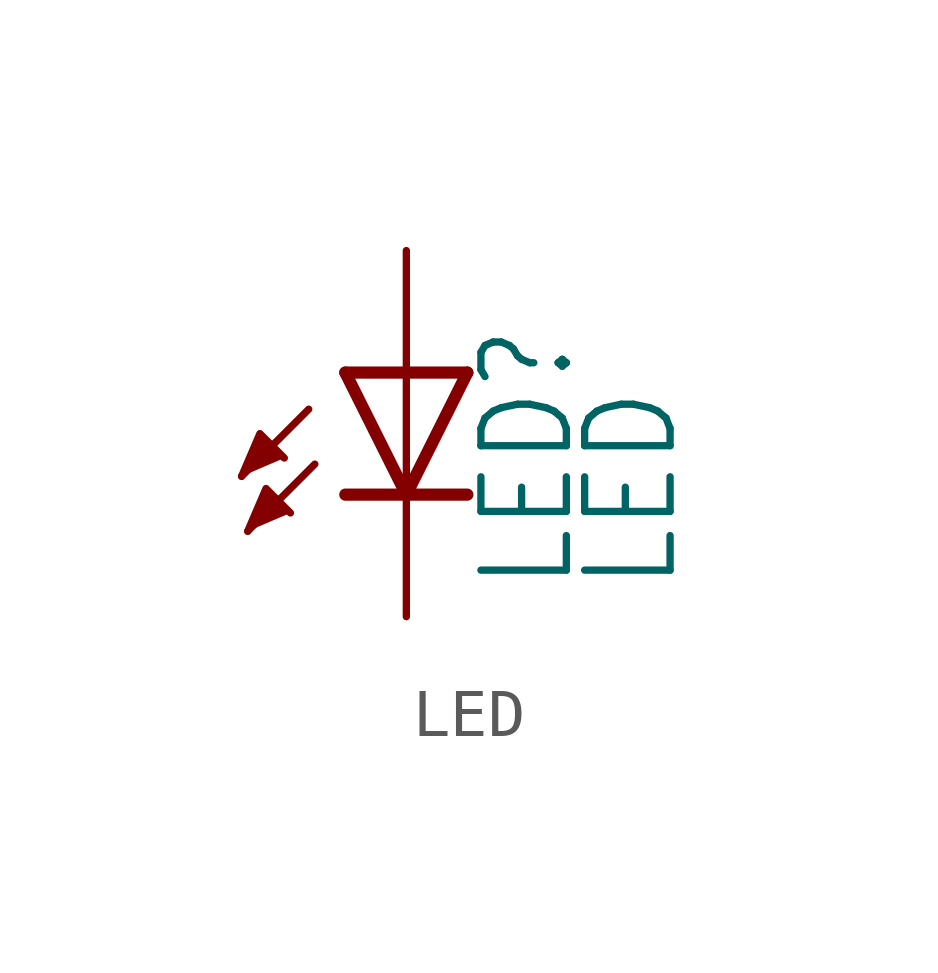
<source format=kicad_sym>
(kicad_symbol_lib
  (version 20211014)
  (generator kicad_symbol_editor)
  (symbol "LED"
    (property "Reference" "LED"
      (at 3.556 -4.572 90)
      (effects (font (size 1.778 1.511)) (justify left bottom)))
    (property "Value" "LED"
      (at 5.715 -4.572 90)
      (effects (font (size 1.778 1.511)) (justify left bottom)))
    (property "ki_locked" ""
      (at 0 0 0)
      (effects (font (size 1.27 1.27))))
    (symbol "LED_1_0"
      (polyline (pts (xy -2.032 -0.762) (xy -3.429 -2.159)) (stroke (width 0.152) (type default) (color 0 0 0 0)) (fill (type none)))
      (polyline (pts (xy -1.905 -1.905) (xy -3.302 -3.302)) (stroke (width 0.152) (type default) (color 0 0 0 0)) (fill (type none)))
      (polyline (pts (xy 0 -2.54) (xy -1.27 -2.54)) (stroke (width 0.254) (type default) (color 0 0 0 0)) (fill (type none)))
      (polyline (pts (xy 0 -2.54) (xy -1.27 0)) (stroke (width 0.254) (type default) (color 0 0 0 0)) (fill (type none)))
      (polyline (pts (xy 0 0) (xy -1.27 0)) (stroke (width 0.254) (type default) (color 0 0 0 0)) (fill (type none)))
      (polyline (pts (xy 0 0) (xy 0 -2.54)) (stroke (width 0.152) (type default) (color 0 0 0 0)) (fill (type none)))
      (polyline (pts (xy 1.27 -2.54) (xy 0 -2.54)) (stroke (width 0.254) (type default) (color 0 0 0 0)) (fill (type none)))
      (polyline (pts (xy 1.27 0) (xy 0 -2.54)) (stroke (width 0.254) (type default) (color 0 0 0 0)) (fill (type none)))
      (polyline (pts (xy 1.27 0) (xy 0 0)) (stroke (width 0.254) (type default) (color 0 0 0 0)) (fill (type none)))
      (polyline (pts (xy -3.429 -2.159) (xy -3.048 -1.27) (xy -2.54 -1.778)) (stroke (width 0) (type default) (color 0 0 0 0)) (fill (type outline)))
      (polyline (pts (xy -3.302 -3.302) (xy -2.921 -2.413) (xy -2.413 -2.921)) (stroke (width 0) (type default) (color 0 0 0 0)) (fill (type outline)))
      (pin passive line (at 0 2.54 270) (length 2.54) (name "A" (effects (font (size 0 0)))) (number "A" (effects (font (size 0 0)))))
      (pin passive line (at 0 -5.08 90) (length 2.54) (name "C" (effects (font (size 0 0)))) (number "C" (effects (font (size 0 0))))))))
</source>
